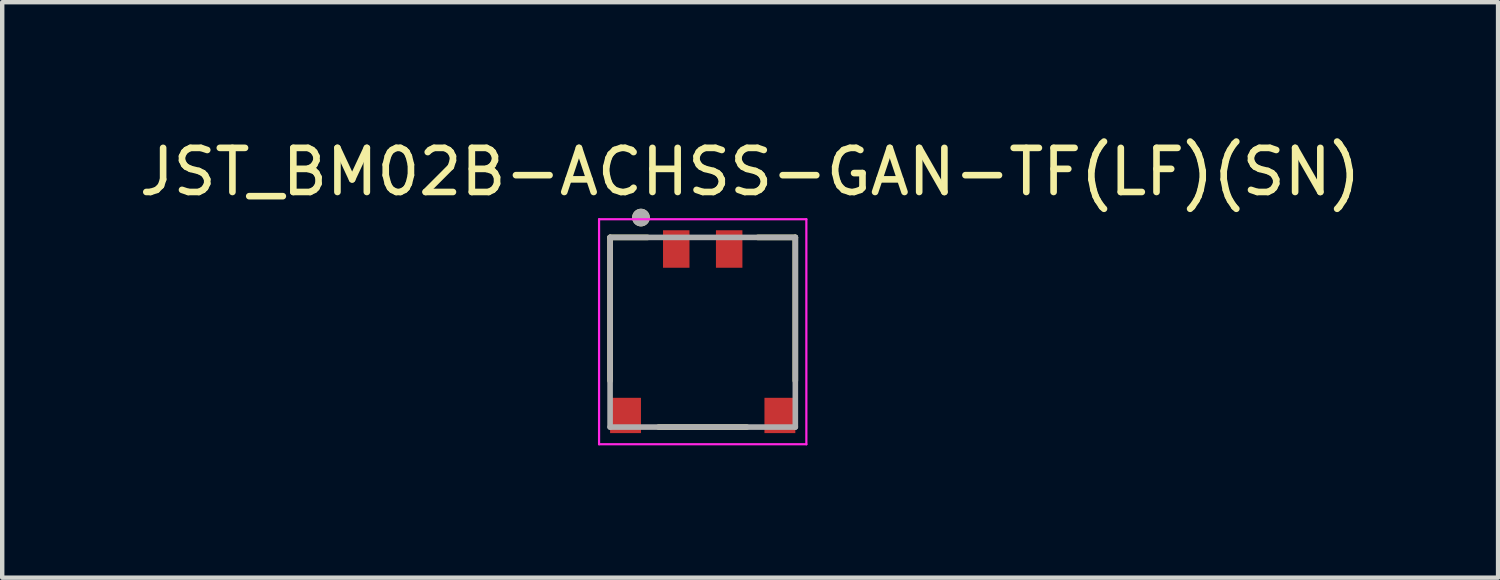
<source format=kicad_pcb>
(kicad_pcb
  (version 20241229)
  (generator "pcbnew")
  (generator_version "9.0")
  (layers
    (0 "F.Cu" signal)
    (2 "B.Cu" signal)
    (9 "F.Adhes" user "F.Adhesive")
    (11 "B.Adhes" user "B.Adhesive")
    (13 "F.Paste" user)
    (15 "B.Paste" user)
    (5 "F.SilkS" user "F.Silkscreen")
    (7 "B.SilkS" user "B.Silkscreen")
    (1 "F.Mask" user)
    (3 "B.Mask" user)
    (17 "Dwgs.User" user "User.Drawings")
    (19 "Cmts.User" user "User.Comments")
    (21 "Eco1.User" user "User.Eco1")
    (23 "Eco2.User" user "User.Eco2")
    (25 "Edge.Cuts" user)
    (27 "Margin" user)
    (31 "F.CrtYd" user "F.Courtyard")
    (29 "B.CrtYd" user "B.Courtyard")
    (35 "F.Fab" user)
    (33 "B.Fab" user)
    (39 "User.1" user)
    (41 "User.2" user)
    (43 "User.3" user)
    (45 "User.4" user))
  (footprint "JST_BM02B-ACHSS-GAN-TF(LF)(SN)"
    (layer "F.Cu")
    (at 12.883 4.483)
    (property "Reference" "JST_BM02B-ACHSS-GAN-TF(LF)(SN)" (at 1.075 -3.635 0) (layer "F.SilkS") (effects (font (size 1 1) (thickness 0.15))))
    (attr through_hole)
    (fp_line (start -2.1 -2.15) (end -2.1 1.1) (stroke (width 0.127) (type solid)) (layer "F.SilkS"))
    (fp_line (start -1.25 -2.15) (end -2.1 -2.15) (stroke (width 0.127) (type solid)) (layer "F.SilkS"))
    (fp_line (start -1 2.15) (end 1 2.15) (stroke (width 0.127) (type solid)) (layer "F.SilkS"))
    (fp_line (start 1.25 -2.15) (end 2.1 -2.15) (stroke (width 0.127) (type solid)) (layer "F.SilkS"))
    (fp_line (start 2.1 -2.15) (end 2.1 1.1) (stroke (width 0.127) (type solid)) (layer "F.SilkS"))
    (fp_circle (center -1.4 -2.6) (end -1.3 -2.6) (stroke (width 0.2) (type solid)) (fill no) (layer "F.SilkS"))
    (fp_line (start -2.35 -2.562) (end 2.35 -2.562) (stroke (width 0.05) (type solid)) (layer "F.CrtYd"))
    (fp_line (start -2.35 2.54) (end -2.35 -2.562) (stroke (width 0.05) (type solid)) (layer "F.CrtYd"))
    (fp_line (start 2.35 -2.562) (end 2.35 2.54) (stroke (width 0.05) (type solid)) (layer "F.CrtYd"))
    (fp_line (start 2.35 2.54) (end -2.35 2.54) (stroke (width 0.05) (type solid)) (layer "F.CrtYd"))
    (fp_line (start -2.1 -2.15) (end 2.1 -2.15) (stroke (width 0.127) (type solid)) (layer "F.Fab"))
    (fp_line (start -2.1 2.15) (end -2.1 -2.15) (stroke (width 0.127) (type solid)) (layer "F.Fab"))
    (fp_line (start 2.1 -2.15) (end 2.1 2.15) (stroke (width 0.127) (type solid)) (layer "F.Fab"))
    (fp_line (start 2.1 2.15) (end -2.1 2.15) (stroke (width 0.127) (type solid)) (layer "F.Fab"))
    (fp_circle (center -1.4 -2.6) (end -1.3 -2.6) (stroke (width 0.2) (type solid)) (fill no) (layer "F.Fab"))
    (pad "1" smd rect (at -0.6 -1.887) (size 0.6 0.85) (layers "F.Cu" "F.Mask" "F.Paste"))
    (pad "2" smd rect (at 0.6 -1.887) (size 0.6 0.85) (layers "F.Cu" "F.Mask" "F.Paste"))
    (pad "S1" smd rect (at -1.75 1.887) (size 0.7 0.8) (layers "F.Cu" "F.Mask" "F.Paste"))
    (pad "S2" smd rect (at 1.75 1.887) (size 0.7 0.8) (layers "F.Cu" "F.Mask" "F.Paste")))
  (gr_rect
    (start -3 -3)
    (end 30.917 10.048)
    (stroke (width 0.1) (type default))
    (fill no)
    (layer "Edge.Cuts")))
</source>
